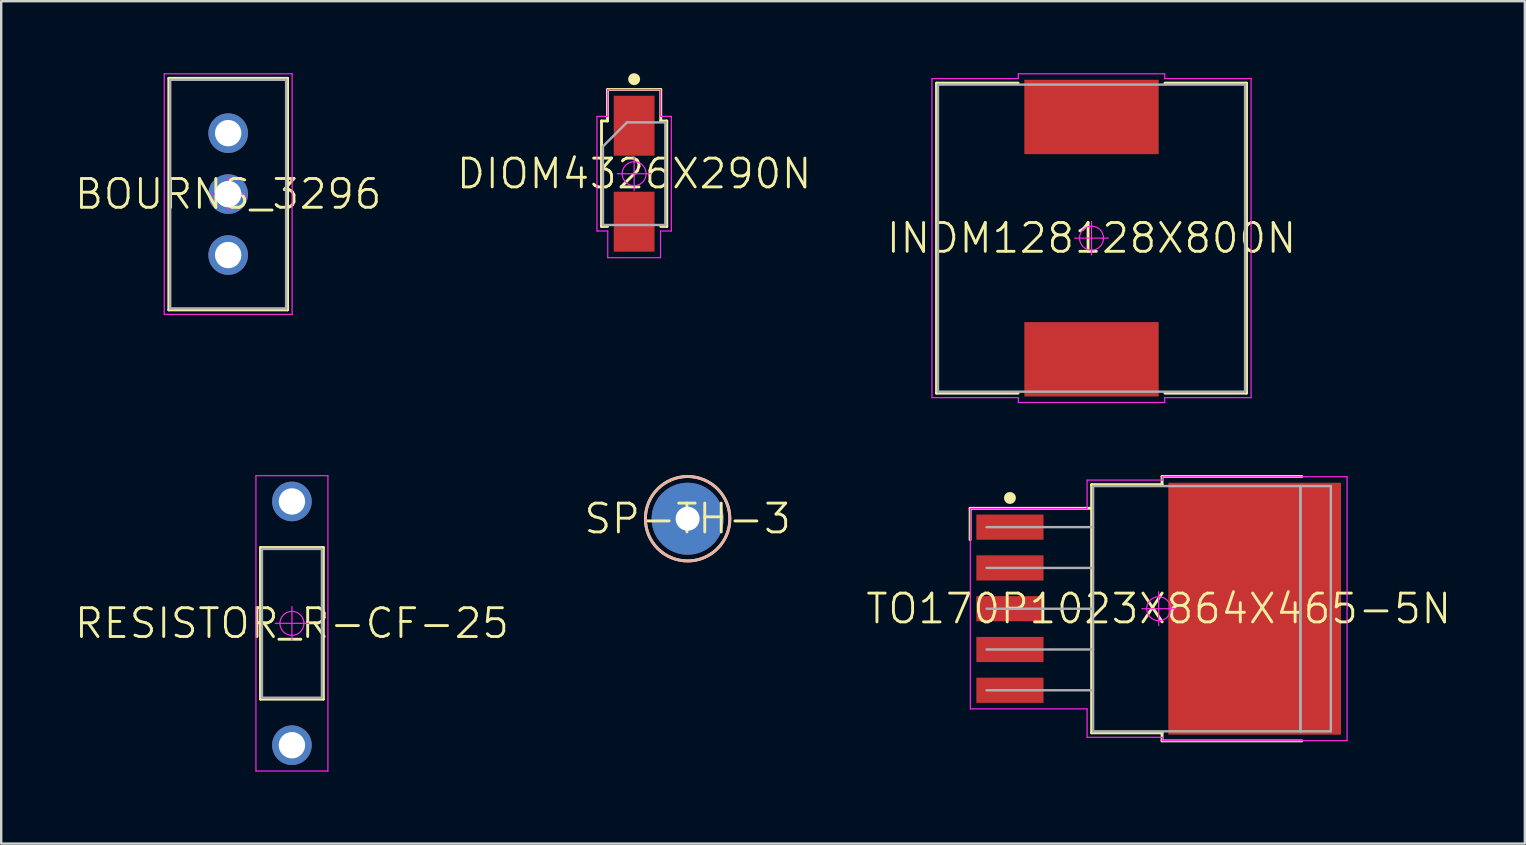
<source format=kicad_pcb>
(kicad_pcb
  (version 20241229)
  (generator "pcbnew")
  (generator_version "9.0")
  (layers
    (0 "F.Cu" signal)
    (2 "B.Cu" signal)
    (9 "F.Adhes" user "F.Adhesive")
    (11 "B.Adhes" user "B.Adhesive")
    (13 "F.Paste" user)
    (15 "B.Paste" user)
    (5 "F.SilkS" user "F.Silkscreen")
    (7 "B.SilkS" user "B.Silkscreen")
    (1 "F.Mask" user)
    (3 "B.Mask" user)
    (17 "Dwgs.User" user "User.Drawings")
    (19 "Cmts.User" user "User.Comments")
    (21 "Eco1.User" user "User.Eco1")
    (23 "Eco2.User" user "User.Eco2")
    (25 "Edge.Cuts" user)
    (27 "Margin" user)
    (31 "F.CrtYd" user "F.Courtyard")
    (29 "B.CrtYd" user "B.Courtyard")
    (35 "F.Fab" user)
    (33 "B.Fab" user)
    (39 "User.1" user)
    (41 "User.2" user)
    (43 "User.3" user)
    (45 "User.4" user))
  (footprint "RESISTOR_R-CF-25"
    (layer "F.Cu")
    (at 9.117 22.93)
    (property "Reference" "RESISTOR_R-CF-25" (at 0 0 0) (layer "F.SilkS") (effects (font (size 1.2 1.2) (thickness 0.12))))
    (attr through_hole)
    (fp_line (start -1.31 -3.16) (end 1.31 -3.16) (stroke (width 0.12) (type solid)) (layer "F.SilkS"))
    (fp_line (start -1.31 3.16) (end -1.31 -3.16) (stroke (width 0.12) (type solid)) (layer "F.SilkS"))
    (fp_line (start 1.31 -3.16) (end 1.31 3.16) (stroke (width 0.12) (type solid)) (layer "F.SilkS"))
    (fp_line (start 1.31 3.16) (end -1.31 3.16) (stroke (width 0.12) (type solid)) (layer "F.SilkS"))
    (fp_line (start -1.5 -6.155) (end 1.5 -6.155) (stroke (width 0.05) (type solid)) (layer "F.CrtYd"))
    (fp_line (start -1.5 6.155) (end -1.5 -6.155) (stroke (width 0.05) (type solid)) (layer "F.CrtYd"))
    (fp_line (start -0.7 0) (end 0.7 0) (stroke (width 0.05) (type solid)) (layer "F.CrtYd"))
    (fp_line (start 0 -0.7) (end 0 0.7) (stroke (width 0.05) (type solid)) (layer "F.CrtYd"))
    (fp_line (start 1.5 -6.155) (end 1.5 6.155) (stroke (width 0.05) (type solid)) (layer "F.CrtYd"))
    (fp_line (start 1.5 6.155) (end -1.5 6.155) (stroke (width 0.05) (type solid)) (layer "F.CrtYd"))
    (fp_circle (center 0 0) (end 0 0.5) (stroke (width 0.05) (type solid)) (fill no) (layer "F.CrtYd"))
    (fp_line (start -1.25 -3.1) (end 1.25 -3.1) (stroke (width 0.1) (type solid)) (layer "F.Fab"))
    (fp_line (start -1.25 3.1) (end -1.25 -3.1) (stroke (width 0.1) (type solid)) (layer "F.Fab"))
    (fp_line (start 1.25 -3.1) (end 1.25 3.1) (stroke (width 0.1) (type solid)) (layer "F.Fab"))
    (fp_line (start 1.25 3.1) (end -1.25 3.1) (stroke (width 0.1) (type solid)) (layer "F.Fab"))
    (pad "NC1" thru_hole circle (at 0 -5.08) (size 1.65 1.65) (drill 1.1) (layers "*.Cu" "*.Paste" "*.Mask"))
    (pad "NC2" thru_hole circle (at 0 5.08) (size 1.65 1.65) (drill 1.1) (layers "*.Cu" "*.Paste" "*.Mask")))
  (footprint "BOURNS_3296"
    (layer "F.Cu")
    (at 6.46 5.04)
    (property "Reference" "BOURNS_3296" (at 0 0 0) (layer "F.SilkS") (effects (font (size 1.2 1.2) (thickness 0.12))))
    (attr through_hole)
    (fp_line (start -2.475 -4.825) (end 2.475 -4.825) (stroke (width 0.12) (type solid)) (layer "F.SilkS"))
    (fp_line (start -2.475 4.825) (end -2.475 -4.825) (stroke (width 0.12) (type solid)) (layer "F.SilkS"))
    (fp_line (start 2.475 -4.825) (end 2.475 4.825) (stroke (width 0.12) (type solid)) (layer "F.SilkS"))
    (fp_line (start 2.475 4.825) (end -2.475 4.825) (stroke (width 0.12) (type solid)) (layer "F.SilkS"))
    (fp_line (start -2.665 -5.015) (end 2.665 -5.015) (stroke (width 0.05) (type solid)) (layer "F.CrtYd"))
    (fp_line (start -2.665 5.015) (end -2.665 -5.015) (stroke (width 0.05) (type solid)) (layer "F.CrtYd"))
    (fp_line (start -0.7 0) (end 0.7 0) (stroke (width 0.05) (type solid)) (layer "F.CrtYd"))
    (fp_line (start 0 -0.7) (end 0 0.7) (stroke (width 0.05) (type solid)) (layer "F.CrtYd"))
    (fp_line (start 2.665 -5.015) (end 2.665 5.015) (stroke (width 0.05) (type solid)) (layer "F.CrtYd"))
    (fp_line (start 2.665 5.015) (end -2.665 5.015) (stroke (width 0.05) (type solid)) (layer "F.CrtYd"))
    (fp_circle (center 0 0) (end 0 0.5) (stroke (width 0.05) (type solid)) (fill no) (layer "F.CrtYd"))
    (fp_line (start -2.415 -4.765) (end 2.415 -4.765) (stroke (width 0.1) (type solid)) (layer "F.Fab"))
    (fp_line (start -2.415 4.765) (end -2.415 -4.765) (stroke (width 0.1) (type solid)) (layer "F.Fab"))
    (fp_line (start 2.415 -4.765) (end 2.415 4.765) (stroke (width 0.1) (type solid)) (layer "F.Fab"))
    (fp_line (start 2.415 4.765) (end -2.415 4.765) (stroke (width 0.1) (type solid)) (layer "F.Fab"))
    (pad "NC1" thru_hole circle (at 0 -2.54) (size 1.65 1.65) (drill 1.1) (layers "*.Cu" "*.Paste" "*.Mask"))
    (pad "NC2" thru_hole circle (at 0 0) (size 1.65 1.65) (drill 1.1) (layers "*.Cu" "*.Paste" "*.Mask"))
    (pad "NC3" thru_hole circle (at 0 2.54) (size 1.65 1.65) (drill 1.1) (layers "*.Cu" "*.Paste" "*.Mask")))
  (footprint "TO170P1023X864X465-5N"
    (layer "F.Cu")
    (at 45.243 22.32)
    (property "Reference" "TO170P1023X864X465-5N" (at 0 0 0) (layer "F.SilkS") (effects (font (size 1.2 1.2) (thickness 0.12))))
    (attr smd)
    (fp_line (start -7.86 -4.185) (end -7.86 -2.875) (stroke (width 0.12) (type solid)) (layer "F.SilkS"))
    (fp_line (start -2.795 -5.172) (end 0.14 -5.172) (stroke (width 0.12) (type solid)) (layer "F.SilkS"))
    (fp_line (start -2.795 -4.185) (end -7.86 -4.185) (stroke (width 0.12) (type solid)) (layer "F.SilkS"))
    (fp_line (start -2.795 5.172) (end -2.795 -5.172) (stroke (width 0.12) (type solid)) (layer "F.SilkS"))
    (fp_line (start -2.795 5.172) (end 0.14 5.172) (stroke (width 0.12) (type solid)) (layer "F.SilkS"))
    (fp_line (start 0.14 -5.51) (end 0.14 -5.172) (stroke (width 0.12) (type solid)) (layer "F.SilkS"))
    (fp_line (start 0.14 5.51) (end 0.14 5.172) (stroke (width 0.12) (type solid)) (layer "F.SilkS"))
    (fp_line (start 5.965 -5.51) (end 0.14 -5.51) (stroke (width 0.12) (type solid)) (layer "F.SilkS"))
    (fp_line (start 5.965 5.51) (end 0.14 5.51) (stroke (width 0.12) (type solid)) (layer "F.SilkS"))
    (fp_circle (center -6.2 -4.615) (end -6.2 -4.49) (stroke (width 0.25) (type solid)) (fill no) (layer "F.SilkS"))
    (fp_line (start -7.85 -4.175) (end -2.985 -4.175) (stroke (width 0.05) (type solid)) (layer "F.CrtYd"))
    (fp_line (start -7.85 4.175) (end -7.85 -4.175) (stroke (width 0.05) (type solid)) (layer "F.CrtYd"))
    (fp_line (start -2.985 -5.362) (end 0.15 -5.362) (stroke (width 0.05) (type solid)) (layer "F.CrtYd"))
    (fp_line (start -2.985 -4.175) (end -2.985 -5.362) (stroke (width 0.05) (type solid)) (layer "F.CrtYd"))
    (fp_line (start -2.985 4.175) (end -7.85 4.175) (stroke (width 0.05) (type solid)) (layer "F.CrtYd"))
    (fp_line (start -2.985 5.362) (end -2.985 4.175) (stroke (width 0.05) (type solid)) (layer "F.CrtYd"))
    (fp_line (start -0.7 0) (end 0.7 0) (stroke (width 0.05) (type solid)) (layer "F.CrtYd"))
    (fp_line (start 0 -0.7) (end 0 0.7) (stroke (width 0.05) (type solid)) (layer "F.CrtYd"))
    (fp_line (start 0.15 -5.5) (end 6.155 -5.5) (stroke (width 0.05) (type solid)) (layer "F.CrtYd"))
    (fp_line (start 0.15 -5.362) (end 0.15 -5.5) (stroke (width 0.05) (type solid)) (layer "F.CrtYd"))
    (fp_line (start 0.15 5.362) (end -2.985 5.362) (stroke (width 0.05) (type solid)) (layer "F.CrtYd"))
    (fp_line (start 0.15 5.5) (end 0.15 5.362) (stroke (width 0.05) (type solid)) (layer "F.CrtYd"))
    (fp_line (start 6.155 -5.5) (end 7.85 -5.5) (stroke (width 0.05) (type solid)) (layer "F.CrtYd"))
    (fp_line (start 6.155 5.5) (end 0.15 5.5) (stroke (width 0.05) (type solid)) (layer "F.CrtYd"))
    (fp_line (start 7.85 -5.5) (end 7.85 5.5) (stroke (width 0.05) (type solid)) (layer "F.CrtYd"))
    (fp_line (start 7.85 5.5) (end 6.155 5.5) (stroke (width 0.05) (type solid)) (layer "F.CrtYd"))
    (fp_circle (center 0 0) (end 0 0.5) (stroke (width 0.05) (type solid)) (fill no) (layer "F.CrtYd"))
    (fp_line (start -7.175 -3.4) (end -2.735 -3.4) (stroke (width 0.1) (type solid)) (layer "F.Fab"))
    (fp_line (start -7.175 -1.7) (end -2.735 -1.7) (stroke (width 0.1) (type solid)) (layer "F.Fab"))
    (fp_line (start -7.175 0) (end -2.735 0) (stroke (width 0.1) (type solid)) (layer "F.Fab"))
    (fp_line (start -7.175 1.7) (end -2.735 1.7) (stroke (width 0.1) (type solid)) (layer "F.Fab"))
    (fp_line (start -7.175 3.4) (end -2.735 3.4) (stroke (width 0.1) (type solid)) (layer "F.Fab"))
    (fp_line (start -2.735 -5.112) (end -2.735 5.112) (stroke (width 0.1) (type solid)) (layer "F.Fab"))
    (fp_line (start -2.735 5.112) (end 5.905 5.112) (stroke (width 0.1) (type solid)) (layer "F.Fab"))
    (fp_line (start 5.905 -5.112) (end -2.735 -5.112) (stroke (width 0.1) (type solid)) (layer "F.Fab"))
    (fp_line (start 5.905 -5.112) (end 7.175 -5.112) (stroke (width 0.1) (type solid)) (layer "F.Fab"))
    (fp_line (start 5.905 5.112) (end 5.905 -5.112) (stroke (width 0.1) (type solid)) (layer "F.Fab"))
    (fp_line (start 5.905 5.112) (end 5.905 -5.112) (stroke (width 0.1) (type solid)) (layer "F.Fab"))
    (fp_line (start 7.175 -5.112) (end 7.175 5.112) (stroke (width 0.1) (type solid)) (layer "F.Fab"))
    (fp_line (start 7.175 5.112) (end 5.905 5.112) (stroke (width 0.1) (type solid)) (layer "F.Fab"))
    (pad "1" smd rect (at -6.2 -3.4) (size 2.8 1.05) (layers "F.Cu" "F.Mask" "F.Paste"))
    (pad "2" smd rect (at -6.2 -1.7) (size 2.8 1.05) (layers "F.Cu" "F.Mask" "F.Paste"))
    (pad "3" smd rect (at -6.2 0) (size 2.8 1.05) (layers "F.Cu" "F.Mask" "F.Paste"))
    (pad "4" smd rect (at -6.2 1.7) (size 2.8 1.05) (layers "F.Cu" "F.Mask" "F.Paste"))
    (pad "5" smd rect (at -6.2 3.4) (size 2.8 1.05) (layers "F.Cu" "F.Mask" "F.Paste"))
    (pad "6" smd rect (at 4 0) (size 7.2 10.5) (layers "F.Cu" "F.Mask" "F.Paste")))
  (footprint "INDM128128X800N"
    (layer "F.Cu")
    (at 42.443 6.875)
    (property "Reference" "INDM128128X800N" (at 0 0 0) (layer "F.SilkS") (effects (font (size 1.2 1.2) (thickness 0.12))))
    (attr smd)
    (fp_line (start -6.46 -6.46) (end -6.46 6.46) (stroke (width 0.12) (type solid)) (layer "F.SilkS"))
    (fp_line (start -3.06 -6.46) (end -6.46 -6.46) (stroke (width 0.12) (type solid)) (layer "F.SilkS"))
    (fp_line (start -3.06 6.46) (end -6.46 6.46) (stroke (width 0.12) (type solid)) (layer "F.SilkS"))
    (fp_line (start 3.06 -6.46) (end 6.46 -6.46) (stroke (width 0.12) (type solid)) (layer "F.SilkS"))
    (fp_line (start 3.06 6.46) (end 6.46 6.46) (stroke (width 0.12) (type solid)) (layer "F.SilkS"))
    (fp_line (start 6.46 -6.46) (end 6.46 6.46) (stroke (width 0.12) (type solid)) (layer "F.SilkS"))
    (fp_line (start -6.65 -6.65) (end -6.65 6.65) (stroke (width 0.05) (type solid)) (layer "F.CrtYd"))
    (fp_line (start -6.65 6.65) (end -3.05 6.65) (stroke (width 0.05) (type solid)) (layer "F.CrtYd"))
    (fp_line (start -3.05 -6.85) (end -3.05 -6.65) (stroke (width 0.05) (type solid)) (layer "F.CrtYd"))
    (fp_line (start -3.05 -6.65) (end -6.65 -6.65) (stroke (width 0.05) (type solid)) (layer "F.CrtYd"))
    (fp_line (start -3.05 6.65) (end -3.05 6.85) (stroke (width 0.05) (type solid)) (layer "F.CrtYd"))
    (fp_line (start -3.05 6.85) (end 3.05 6.85) (stroke (width 0.05) (type solid)) (layer "F.CrtYd"))
    (fp_line (start -0.7 0) (end 0.7 0) (stroke (width 0.05) (type solid)) (layer "F.CrtYd"))
    (fp_line (start 0 -0.7) (end 0 0.7) (stroke (width 0.05) (type solid)) (layer "F.CrtYd"))
    (fp_line (start 3.05 -6.85) (end -3.05 -6.85) (stroke (width 0.05) (type solid)) (layer "F.CrtYd"))
    (fp_line (start 3.05 -6.65) (end 3.05 -6.85) (stroke (width 0.05) (type solid)) (layer "F.CrtYd"))
    (fp_line (start 3.05 6.65) (end 6.65 6.65) (stroke (width 0.05) (type solid)) (layer "F.CrtYd"))
    (fp_line (start 3.05 6.85) (end 3.05 6.65) (stroke (width 0.05) (type solid)) (layer "F.CrtYd"))
    (fp_line (start 6.65 -6.65) (end 3.05 -6.65) (stroke (width 0.05) (type solid)) (layer "F.CrtYd"))
    (fp_line (start 6.65 6.65) (end 6.65 -6.65) (stroke (width 0.05) (type solid)) (layer "F.CrtYd"))
    (fp_circle (center 0 0) (end 0 0.5) (stroke (width 0.05) (type solid)) (fill no) (layer "F.CrtYd"))
    (fp_line (start -6.4 -6.4) (end 6.4 -6.4) (stroke (width 0.1) (type solid)) (layer "F.Fab"))
    (fp_line (start -6.4 6.4) (end -6.4 -6.4) (stroke (width 0.1) (type solid)) (layer "F.Fab"))
    (fp_line (start 6.4 -6.4) (end 6.4 6.4) (stroke (width 0.1) (type solid)) (layer "F.Fab"))
    (fp_line (start 6.4 6.4) (end -6.4 6.4) (stroke (width 0.1) (type solid)) (layer "F.Fab"))
    (pad "1" smd rect (at 0 -5.05) (size 5.6 3.1) (layers "F.Cu" "F.Mask" "F.Paste"))
    (pad "2" smd rect (at 0 5.05) (size 5.6 3.1) (layers "F.Cu" "F.Mask" "F.Paste")))
  (footprint "SP-TH-3"
    (layer "F.Cu")
    (at 25.609 18.57)
    (property "Reference" "SP-TH-3" (at 0 0 0) (layer "F.SilkS") (effects (font (size 1.2 1.2) (thickness 0.12))))
    (attr through_hole)
    (fp_circle (center 0 0) (end 0 1.76) (stroke (width 0.12) (type solid)) (fill no) (layer "F.SilkS"))
    (fp_circle (center 0 0) (end 0 1.76) (stroke (width 0.12) (type solid)) (fill no) (layer "B.SilkS"))
    (pad "1" thru_hole circle (at 0 0) (size 3 3) (drill 1) (layers "*.Cu" "*.Paste" "*.Mask")))
  (footprint "DIOM4326X290N"
    (layer "F.Cu")
    (at 23.38 4.19)
    (property "Reference" "DIOM4326X290N" (at 0 0 0) (layer "F.SilkS") (effects (font (size 1.2 1.2) (thickness 0.12))))
    (attr smd)
    (fp_line (start -1.36 -2.198) (end -1.36 2.198) (stroke (width 0.12) (type solid)) (layer "F.SilkS"))
    (fp_line (start -1.11 -3.51) (end 1.11 -3.51) (stroke (width 0.12) (type solid)) (layer "F.SilkS"))
    (fp_line (start -1.11 -2.198) (end -1.36 -2.198) (stroke (width 0.12) (type solid)) (layer "F.SilkS"))
    (fp_line (start -1.11 -2.198) (end -1.11 -3.51) (stroke (width 0.12) (type solid)) (layer "F.SilkS"))
    (fp_line (start -1.11 2.198) (end -1.36 2.198) (stroke (width 0.12) (type solid)) (layer "F.SilkS"))
    (fp_line (start 1.11 -3.51) (end 1.11 -2.198) (stroke (width 0.12) (type solid)) (layer "F.SilkS"))
    (fp_line (start 1.11 -2.198) (end 1.36 -2.198) (stroke (width 0.12) (type solid)) (layer "F.SilkS"))
    (fp_line (start 1.11 2.198) (end 1.36 2.198) (stroke (width 0.12) (type solid)) (layer "F.SilkS"))
    (fp_line (start 1.36 -2.198) (end 1.36 2.198) (stroke (width 0.12) (type solid)) (layer "F.SilkS"))
    (fp_circle (center 0 -3.94) (end 0 -3.815) (stroke (width 0.25) (type solid)) (fill no) (layer "F.SilkS"))
    (fp_line (start -1.55 -2.388) (end -1.55 2.388) (stroke (width 0.05) (type solid)) (layer "F.CrtYd"))
    (fp_line (start -1.55 2.388) (end -1.1 2.388) (stroke (width 0.05) (type solid)) (layer "F.CrtYd"))
    (fp_line (start -1.1 -3.5) (end -1.1 -2.388) (stroke (width 0.05) (type solid)) (layer "F.CrtYd"))
    (fp_line (start -1.1 -2.388) (end -1.55 -2.388) (stroke (width 0.05) (type solid)) (layer "F.CrtYd"))
    (fp_line (start -1.1 2.388) (end -1.1 3.5) (stroke (width 0.05) (type solid)) (layer "F.CrtYd"))
    (fp_line (start -1.1 3.5) (end 1.1 3.5) (stroke (width 0.05) (type solid)) (layer "F.CrtYd"))
    (fp_line (start -0.7 0) (end 0.7 0) (stroke (width 0.05) (type solid)) (layer "F.CrtYd"))
    (fp_line (start 0 -0.7) (end 0 0.7) (stroke (width 0.05) (type solid)) (layer "F.CrtYd"))
    (fp_line (start 1.1 -3.5) (end -1.1 -3.5) (stroke (width 0.05) (type solid)) (layer "F.CrtYd"))
    (fp_line (start 1.1 -2.388) (end 1.1 -3.5) (stroke (width 0.05) (type solid)) (layer "F.CrtYd"))
    (fp_line (start 1.1 2.388) (end 1.55 2.388) (stroke (width 0.05) (type solid)) (layer "F.CrtYd"))
    (fp_line (start 1.1 3.5) (end 1.1 2.388) (stroke (width 0.05) (type solid)) (layer "F.CrtYd"))
    (fp_line (start 1.55 -2.388) (end 1.1 -2.388) (stroke (width 0.05) (type solid)) (layer "F.CrtYd"))
    (fp_line (start 1.55 2.388) (end 1.55 -2.388) (stroke (width 0.05) (type solid)) (layer "F.CrtYd"))
    (fp_circle (center 0 0) (end 0 0.5) (stroke (width 0.05) (type solid)) (fill no) (layer "F.CrtYd"))
    (fp_line (start -1.3 -1.138) (end -0.3 -2.138) (stroke (width 0.1) (type solid)) (layer "F.Fab"))
    (fp_line (start -1.3 2.138) (end -1.3 -1.138) (stroke (width 0.1) (type solid)) (layer "F.Fab"))
    (fp_line (start -0.3 -2.138) (end 1.3 -2.138) (stroke (width 0.1) (type solid)) (layer "F.Fab"))
    (fp_line (start 1.3 -2.138) (end 1.3 2.138) (stroke (width 0.1) (type solid)) (layer "F.Fab"))
    (fp_line (start 1.3 2.138) (end -1.3 2.138) (stroke (width 0.1) (type solid)) (layer "F.Fab"))
    (pad "1" smd rect (at 0 -2) (size 1.7 2.5) (layers "F.Cu" "F.Mask" "F.Paste"))
    (pad "2" smd rect (at 0 2) (size 1.7 2.5) (layers "F.Cu" "F.Mask" "F.Paste")))
  (gr_rect
    (start -3 -3)
    (end 60.503 32.11)
    (stroke (width 0.1) (type default))
    (fill no)
    (layer "Edge.Cuts")))
</source>
